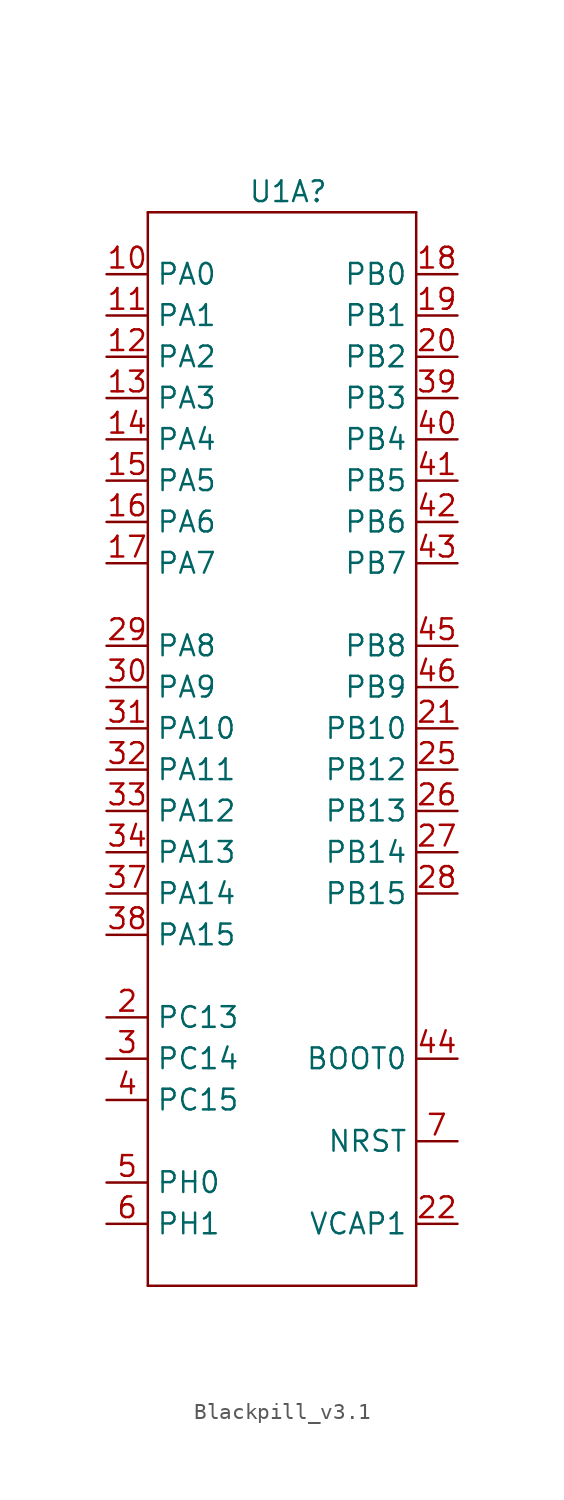
<source format=kicad_sym>
(kicad_symbol_lib
  (version 20241209)
  (generator "kicad_symbol_editor")
  (generator_version "9.0")
  (symbol "Blackpill_v3.1"
    (property "Reference" "U1A"
      (at -0.254 35.56 0)
      (effects (font (size 1.27 1.27))))
    (property "Value" ""
      (at 0 0 0)
      (effects (font (size 1.27 1.27))))
    (symbol "Blackpill_v3.1_0_1"
      (rectangle (start -8.89 34.29) (end -8.89 -31.75) (stroke (width 0) (type default)) (fill (type none)))
      (rectangle (start -8.89 34.29) (end 7.62 34.29) (stroke (width 0) (type default)) (fill (type none)))
      (rectangle (start -8.89 -31.75) (end 7.62 -31.75) (stroke (width 0) (type default)) (fill (type none)))
      (rectangle (start 7.62 -31.75) (end 7.62 34.29) (stroke (width 0) (type default)) (fill (type none))))
    (symbol "Blackpill_v3.1_1_1"
      (pin bidirectional line (at -11.43 30.48 0) (length 2.54) (name "PA0" (effects (font (size 1.27 1.27)))) (number "10" (effects (font (size 1.27 1.27)))))
      (pin bidirectional line (at -11.43 27.94 0) (length 2.54) (name "PA1" (effects (font (size 1.27 1.27)))) (number "11" (effects (font (size 1.27 1.27)))))
      (pin bidirectional line (at -11.43 25.4 0) (length 2.54) (name "PA2" (effects (font (size 1.27 1.27)))) (number "12" (effects (font (size 1.27 1.27)))))
      (pin bidirectional line (at -11.43 22.86 0) (length 2.54) (name "PA3" (effects (font (size 1.27 1.27)))) (number "13" (effects (font (size 1.27 1.27)))))
      (pin bidirectional line (at -11.43 20.32 0) (length 2.54) (name "PA4" (effects (font (size 1.27 1.27)))) (number "14" (effects (font (size 1.27 1.27)))))
      (pin bidirectional line (at -11.43 17.78 0) (length 2.54) (name "PA5" (effects (font (size 1.27 1.27)))) (number "15" (effects (font (size 1.27 1.27)))))
      (pin bidirectional line (at -11.43 15.24 0) (length 2.54) (name "PA6" (effects (font (size 1.27 1.27)))) (number "16" (effects (font (size 1.27 1.27)))))
      (pin bidirectional line (at -11.43 12.7 0) (length 2.54) (name "PA7" (effects (font (size 1.27 1.27)))) (number "17" (effects (font (size 1.27 1.27)))))
      (pin bidirectional line (at -11.43 7.62 0) (length 2.54) (name "PA8" (effects (font (size 1.27 1.27)))) (number "29" (effects (font (size 1.27 1.27)))))
      (pin bidirectional line (at -11.43 5.08 0) (length 2.54) (name "PA9" (effects (font (size 1.27 1.27)))) (number "30" (effects (font (size 1.27 1.27)))))
      (pin bidirectional line (at -11.43 2.54 0) (length 2.54) (name "PA10" (effects (font (size 1.27 1.27)))) (number "31" (effects (font (size 1.27 1.27)))))
      (pin bidirectional line (at -11.43 0 0) (length 2.54) (name "PA11" (effects (font (size 1.27 1.27)))) (number "32" (effects (font (size 1.27 1.27)))))
      (pin bidirectional line (at -11.43 -2.54 0) (length 2.54) (name "PA12" (effects (font (size 1.27 1.27)))) (number "33" (effects (font (size 1.27 1.27)))))
      (pin bidirectional line (at -11.43 -5.08 0) (length 2.54) (name "PA13" (effects (font (size 1.27 1.27)))) (number "34" (effects (font (size 1.27 1.27)))))
      (pin bidirectional line (at -11.43 -7.62 0) (length 2.54) (name "PA14" (effects (font (size 1.27 1.27)))) (number "37" (effects (font (size 1.27 1.27)))))
      (pin bidirectional line (at -11.43 -10.16 0) (length 2.54) (name "PA15" (effects (font (size 1.27 1.27)))) (number "38" (effects (font (size 1.27 1.27)))))
      (pin bidirectional line (at -11.43 -15.24 0) (length 2.54) (name "PC13" (effects (font (size 1.27 1.27)))) (number "2" (effects (font (size 1.27 1.27)))))
      (pin bidirectional line (at -11.43 -17.78 0) (length 2.54) (name "PC14" (effects (font (size 1.27 1.27)))) (number "3" (effects (font (size 1.27 1.27)))))
      (pin bidirectional line (at -11.43 -20.32 0) (length 2.54) (name "PC15" (effects (font (size 1.27 1.27)))) (number "4" (effects (font (size 1.27 1.27)))))
      (pin bidirectional line (at -11.43 -25.4 0) (length 2.54) (name "PH0" (effects (font (size 1.27 1.27)))) (number "5" (effects (font (size 1.27 1.27)))))
      (pin bidirectional line (at -11.43 -27.94 0) (length 2.54) (name "PH1" (effects (font (size 1.27 1.27)))) (number "6" (effects (font (size 1.27 1.27)))))
      (pin bidirectional line (at 10.16 30.48 180) (length 2.54) (name "PB0" (effects (font (size 1.27 1.27)))) (number "18" (effects (font (size 1.27 1.27)))))
      (pin bidirectional line (at 10.16 27.94 180) (length 2.54) (name "PB1" (effects (font (size 1.27 1.27)))) (number "19" (effects (font (size 1.27 1.27)))))
      (pin bidirectional line (at 10.16 25.4 180) (length 2.54) (name "PB2" (effects (font (size 1.27 1.27)))) (number "20" (effects (font (size 1.27 1.27)))))
      (pin bidirectional line (at 10.16 22.86 180) (length 2.54) (name "PB3" (effects (font (size 1.27 1.27)))) (number "39" (effects (font (size 1.27 1.27)))))
      (pin bidirectional line (at 10.16 20.32 180) (length 2.54) (name "PB4" (effects (font (size 1.27 1.27)))) (number "40" (effects (font (size 1.27 1.27)))))
      (pin bidirectional line (at 10.16 17.78 180) (length 2.54) (name "PB5" (effects (font (size 1.27 1.27)))) (number "41" (effects (font (size 1.27 1.27)))))
      (pin bidirectional line (at 10.16 15.24 180) (length 2.54) (name "PB6" (effects (font (size 1.27 1.27)))) (number "42" (effects (font (size 1.27 1.27)))))
      (pin bidirectional line (at 10.16 12.7 180) (length 2.54) (name "PB7" (effects (font (size 1.27 1.27)))) (number "43" (effects (font (size 1.27 1.27)))))
      (pin bidirectional line (at 10.16 7.62 180) (length 2.54) (name "PB8" (effects (font (size 1.27 1.27)))) (number "45" (effects (font (size 1.27 1.27)))))
      (pin bidirectional line (at 10.16 5.08 180) (length 2.54) (name "PB9" (effects (font (size 1.27 1.27)))) (number "46" (effects (font (size 1.27 1.27)))))
      (pin bidirectional line (at 10.16 2.54 180) (length 2.54) (name "PB10" (effects (font (size 1.27 1.27)))) (number "21" (effects (font (size 1.27 1.27)))))
      (pin bidirectional line (at 10.16 0 180) (length 2.54) (name "PB12" (effects (font (size 1.27 1.27)))) (number "25" (effects (font (size 1.27 1.27)))))
      (pin bidirectional line (at 10.16 -2.54 180) (length 2.54) (name "PB13" (effects (font (size 1.27 1.27)))) (number "26" (effects (font (size 1.27 1.27)))))
      (pin bidirectional line (at 10.16 -5.08 180) (length 2.54) (name "PB14" (effects (font (size 1.27 1.27)))) (number "27" (effects (font (size 1.27 1.27)))))
      (pin bidirectional line (at 10.16 -7.62 180) (length 2.54) (name "PB15" (effects (font (size 1.27 1.27)))) (number "28" (effects (font (size 1.27 1.27)))))
      (pin input line (at 10.16 -17.78 180) (length 2.54) (name "BOOT0" (effects (font (size 1.27 1.27)))) (number "44" (effects (font (size 1.27 1.27)))))
      (pin bidirectional line (at 10.16 -22.86 180) (length 2.54) (name "NRST" (effects (font (size 1.27 1.27)))) (number "7" (effects (font (size 1.27 1.27)))))
      (pin input line (at 10.16 -27.94 180) (length 2.54) (name "VCAP1" (effects (font (size 1.27 1.27)))) (number "22" (effects (font (size 1.27 1.27))))))))
</source>
